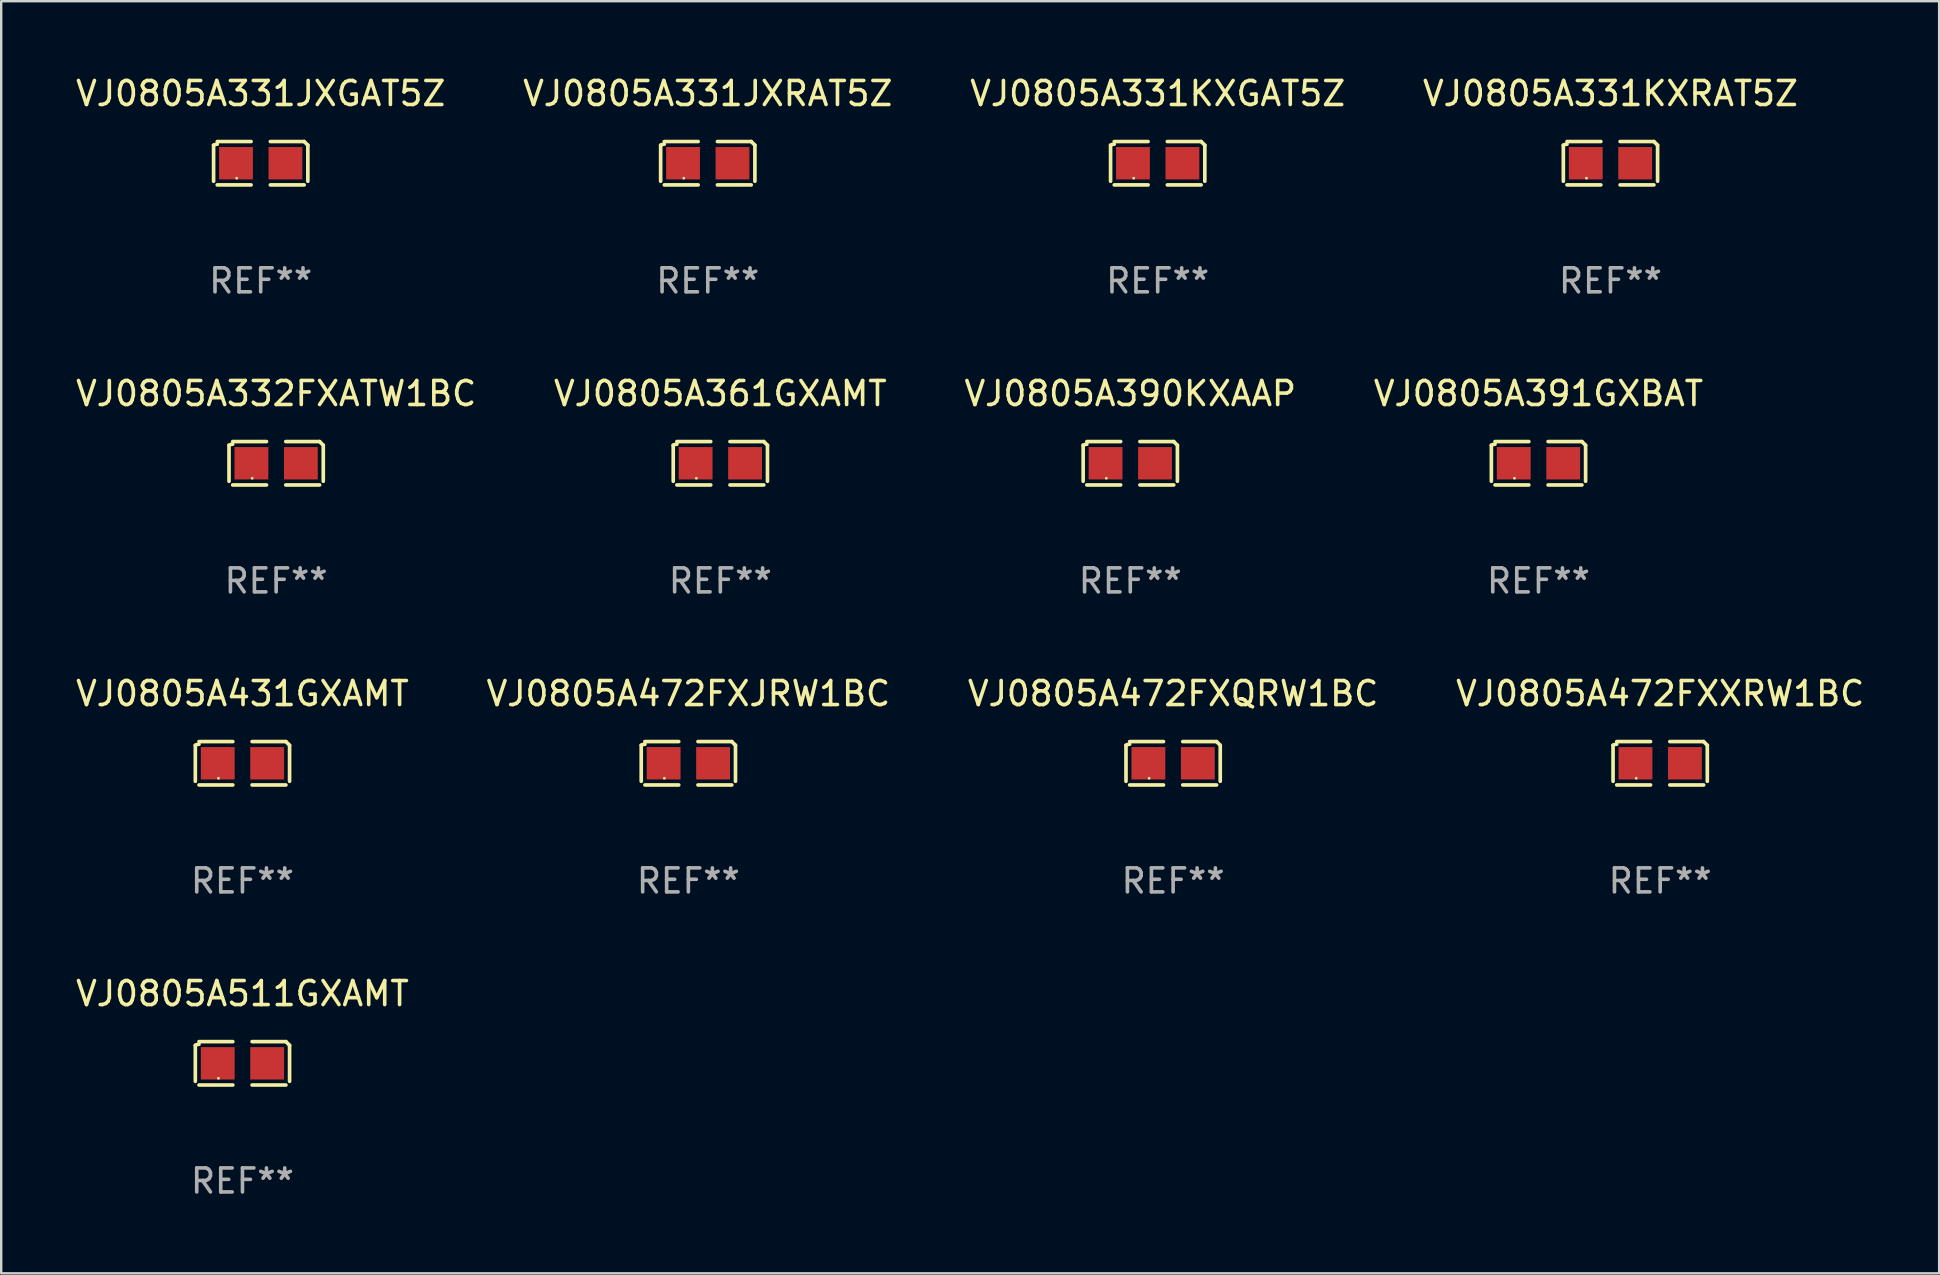
<source format=kicad_pcb>
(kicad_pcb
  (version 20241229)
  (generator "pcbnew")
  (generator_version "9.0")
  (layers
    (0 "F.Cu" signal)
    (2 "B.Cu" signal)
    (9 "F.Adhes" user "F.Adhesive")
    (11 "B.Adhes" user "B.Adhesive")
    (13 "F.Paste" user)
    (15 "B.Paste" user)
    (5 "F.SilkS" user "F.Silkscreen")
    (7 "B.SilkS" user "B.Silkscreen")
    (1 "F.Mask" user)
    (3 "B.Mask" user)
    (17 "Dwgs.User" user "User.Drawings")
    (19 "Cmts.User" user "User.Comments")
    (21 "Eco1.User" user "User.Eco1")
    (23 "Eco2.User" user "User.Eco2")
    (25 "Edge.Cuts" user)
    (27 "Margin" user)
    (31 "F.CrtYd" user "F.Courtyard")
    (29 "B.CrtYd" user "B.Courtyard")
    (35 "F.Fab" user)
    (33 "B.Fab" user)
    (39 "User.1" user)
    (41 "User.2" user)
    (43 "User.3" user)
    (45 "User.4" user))
  (footprint "VJ0805A391GXBAT"
    (layer "F.Cu")
    (at 61.065 16.256)
    (property "Reference" "VJ0805A391GXBAT" (at 0 -2.904 0) (layer "F.SilkS") (effects (font (size 1 1) (thickness 0.15))))
    (attr through_hole)
    (fp_line (start -1.964 0.751) (end -1.964 -0.751) (stroke (width 0.152) (type solid)) (layer "F.SilkS"))
    (fp_line (start -1.811 -0.904) (end -0.401 -0.904) (stroke (width 0.152) (type solid)) (layer "F.SilkS"))
    (fp_line (start -0.401 0.904) (end -1.811 0.904) (stroke (width 0.152) (type solid)) (layer "F.SilkS"))
    (fp_line (start 0.401 0.904) (end 1.811 0.904) (stroke (width 0.152) (type solid)) (layer "F.SilkS"))
    (fp_line (start 1.811 -0.904) (end 0.401 -0.904) (stroke (width 0.152) (type solid)) (layer "F.SilkS"))
    (fp_line (start 1.964 0.751) (end 1.964 -0.751) (stroke (width 0.152) (type solid)) (layer "F.SilkS"))
    (fp_arc (start -1.963602 -0.751207) (mid -1.890354 -0.783131) (end -1.811201 -0.794044) (stroke (width 0.1524) (type solid)) (layer "F.SilkS"))
    (fp_arc (start 1.811202 -0.903607) (mid 1.887413 -0.827418) (end 1.963602 -0.751207) (stroke (width 0.1524) (type solid)) (layer "F.SilkS"))
    (fp_circle (center -1 0.625) (end -0.97 0.625) (stroke (width 0.06) (type solid)) (fill no) (layer "F.SilkS"))
    (fp_text user "REF**" (at 0 4.904 0) (layer "F.Fab") (effects (font (size 1 1) (thickness 0.15))))
    (pad "1" smd rect (at -1.03 0) (size 1.41 1.35) (layers "F.Cu" "F.Mask" "F.Paste"))
    (pad "2" smd rect (at 1.03 0) (size 1.41 1.35) (layers "F.Cu" "F.Mask" "F.Paste")))
  (footprint "VJ0805A331JXRAT5Z"
    (layer "F.Cu")
    (at 26.446 3.752)
    (property "Reference" "VJ0805A331JXRAT5Z" (at 0 -2.904 0) (layer "F.SilkS") (effects (font (size 1 1) (thickness 0.15))))
    (attr through_hole)
    (fp_line (start -1.964 0.751) (end -1.964 -0.751) (stroke (width 0.152) (type solid)) (layer "F.SilkS"))
    (fp_line (start -1.811 -0.904) (end -0.401 -0.904) (stroke (width 0.152) (type solid)) (layer "F.SilkS"))
    (fp_line (start -0.401 0.904) (end -1.811 0.904) (stroke (width 0.152) (type solid)) (layer "F.SilkS"))
    (fp_line (start 0.401 0.904) (end 1.811 0.904) (stroke (width 0.152) (type solid)) (layer "F.SilkS"))
    (fp_line (start 1.811 -0.904) (end 0.401 -0.904) (stroke (width 0.152) (type solid)) (layer "F.SilkS"))
    (fp_line (start 1.964 0.751) (end 1.964 -0.751) (stroke (width 0.152) (type solid)) (layer "F.SilkS"))
    (fp_arc (start -1.963602 -0.751207) (mid -1.890354 -0.783131) (end -1.811201 -0.794044) (stroke (width 0.1524) (type solid)) (layer "F.SilkS"))
    (fp_arc (start 1.811202 -0.903607) (mid 1.887413 -0.827418) (end 1.963602 -0.751207) (stroke (width 0.1524) (type solid)) (layer "F.SilkS"))
    (fp_circle (center -1 0.625) (end -0.97 0.625) (stroke (width 0.06) (type solid)) (fill no) (layer "F.SilkS"))
    (fp_text user "REF**" (at 0 4.904 0) (layer "F.Fab") (effects (font (size 1 1) (thickness 0.15))))
    (pad "1" smd rect (at -1.03 0) (size 1.41 1.35) (layers "F.Cu" "F.Mask" "F.Paste"))
    (pad "2" smd rect (at 1.03 0) (size 1.41 1.35) (layers "F.Cu" "F.Mask" "F.Paste")))
  (footprint "VJ0805A511GXAMT"
    (layer "F.Cu")
    (at 7.054 41.263)
    (property "Reference" "VJ0805A511GXAMT" (at 0 -2.904 0) (layer "F.SilkS") (effects (font (size 1 1) (thickness 0.15))))
    (attr through_hole)
    (fp_line (start -1.964 0.751) (end -1.964 -0.751) (stroke (width 0.152) (type solid)) (layer "F.SilkS"))
    (fp_line (start -1.811 -0.904) (end -0.401 -0.904) (stroke (width 0.152) (type solid)) (layer "F.SilkS"))
    (fp_line (start -0.401 0.904) (end -1.811 0.904) (stroke (width 0.152) (type solid)) (layer "F.SilkS"))
    (fp_line (start 0.401 0.904) (end 1.811 0.904) (stroke (width 0.152) (type solid)) (layer "F.SilkS"))
    (fp_line (start 1.811 -0.904) (end 0.401 -0.904) (stroke (width 0.152) (type solid)) (layer "F.SilkS"))
    (fp_line (start 1.964 0.751) (end 1.964 -0.751) (stroke (width 0.152) (type solid)) (layer "F.SilkS"))
    (fp_arc (start -1.963602 -0.751207) (mid -1.890354 -0.783131) (end -1.811201 -0.794044) (stroke (width 0.1524) (type solid)) (layer "F.SilkS"))
    (fp_arc (start 1.811202 -0.903607) (mid 1.887413 -0.827418) (end 1.963602 -0.751207) (stroke (width 0.1524) (type solid)) (layer "F.SilkS"))
    (fp_circle (center -1 0.625) (end -0.97 0.625) (stroke (width 0.06) (type solid)) (fill no) (layer "F.SilkS"))
    (fp_text user "REF**" (at 0 4.904 0) (layer "F.Fab") (effects (font (size 1 1) (thickness 0.15))))
    (pad "1" smd rect (at -1.03 0) (size 1.41 1.35) (layers "F.Cu" "F.Mask" "F.Paste"))
    (pad "2" smd rect (at 1.03 0) (size 1.41 1.35) (layers "F.Cu" "F.Mask" "F.Paste")))
  (footprint "VJ0805A331JXGAT5Z"
    (layer "F.Cu")
    (at 7.815 3.752)
    (property "Reference" "VJ0805A331JXGAT5Z" (at 0 -2.904 0) (layer "F.SilkS") (effects (font (size 1 1) (thickness 0.15))))
    (attr through_hole)
    (fp_line (start -1.964 0.751) (end -1.964 -0.751) (stroke (width 0.152) (type solid)) (layer "F.SilkS"))
    (fp_line (start -1.811 -0.904) (end -0.401 -0.904) (stroke (width 0.152) (type solid)) (layer "F.SilkS"))
    (fp_line (start -0.401 0.904) (end -1.811 0.904) (stroke (width 0.152) (type solid)) (layer "F.SilkS"))
    (fp_line (start 0.401 0.904) (end 1.811 0.904) (stroke (width 0.152) (type solid)) (layer "F.SilkS"))
    (fp_line (start 1.811 -0.904) (end 0.401 -0.904) (stroke (width 0.152) (type solid)) (layer "F.SilkS"))
    (fp_line (start 1.964 0.751) (end 1.964 -0.751) (stroke (width 0.152) (type solid)) (layer "F.SilkS"))
    (fp_arc (start -1.963602 -0.751207) (mid -1.890354 -0.783131) (end -1.811201 -0.794044) (stroke (width 0.1524) (type solid)) (layer "F.SilkS"))
    (fp_arc (start 1.811202 -0.903607) (mid 1.887413 -0.827418) (end 1.963602 -0.751207) (stroke (width 0.1524) (type solid)) (layer "F.SilkS"))
    (fp_circle (center -1 0.625) (end -0.97 0.625) (stroke (width 0.06) (type solid)) (fill no) (layer "F.SilkS"))
    (fp_text user "REF**" (at 0 4.904 0) (layer "F.Fab") (effects (font (size 1 1) (thickness 0.15))))
    (pad "1" smd rect (at -1.03 0) (size 1.41 1.35) (layers "F.Cu" "F.Mask" "F.Paste"))
    (pad "2" smd rect (at 1.03 0) (size 1.41 1.35) (layers "F.Cu" "F.Mask" "F.Paste")))
  (footprint "VJ0805A472FXJRW1BC"
    (layer "F.Cu")
    (at 25.637 28.759)
    (property "Reference" "VJ0805A472FXJRW1BC" (at 0 -2.904 0) (layer "F.SilkS") (effects (font (size 1 1) (thickness 0.15))))
    (attr through_hole)
    (fp_line (start -1.964 0.751) (end -1.964 -0.751) (stroke (width 0.152) (type solid)) (layer "F.SilkS"))
    (fp_line (start -1.811 -0.904) (end -0.401 -0.904) (stroke (width 0.152) (type solid)) (layer "F.SilkS"))
    (fp_line (start -0.401 0.904) (end -1.811 0.904) (stroke (width 0.152) (type solid)) (layer "F.SilkS"))
    (fp_line (start 0.401 0.904) (end 1.811 0.904) (stroke (width 0.152) (type solid)) (layer "F.SilkS"))
    (fp_line (start 1.811 -0.904) (end 0.401 -0.904) (stroke (width 0.152) (type solid)) (layer "F.SilkS"))
    (fp_line (start 1.964 0.751) (end 1.964 -0.751) (stroke (width 0.152) (type solid)) (layer "F.SilkS"))
    (fp_arc (start -1.963602 -0.751207) (mid -1.890354 -0.783131) (end -1.811201 -0.794044) (stroke (width 0.1524) (type solid)) (layer "F.SilkS"))
    (fp_arc (start 1.811202 -0.903607) (mid 1.887413 -0.827418) (end 1.963602 -0.751207) (stroke (width 0.1524) (type solid)) (layer "F.SilkS"))
    (fp_circle (center -1 0.625) (end -0.97 0.625) (stroke (width 0.06) (type solid)) (fill no) (layer "F.SilkS"))
    (fp_text user "REF**" (at 0 4.904 0) (layer "F.Fab") (effects (font (size 1 1) (thickness 0.15))))
    (pad "1" smd rect (at -1.03 0) (size 1.41 1.35) (layers "F.Cu" "F.Mask" "F.Paste"))
    (pad "2" smd rect (at 1.03 0) (size 1.41 1.35) (layers "F.Cu" "F.Mask" "F.Paste")))
  (footprint "VJ0805A331KXRAT5Z"
    (layer "F.Cu")
    (at 64.065 3.752)
    (property "Reference" "VJ0805A331KXRAT5Z" (at 0 -2.904 0) (layer "F.SilkS") (effects (font (size 1 1) (thickness 0.15))))
    (attr through_hole)
    (fp_line (start -1.964 0.751) (end -1.964 -0.751) (stroke (width 0.152) (type solid)) (layer "F.SilkS"))
    (fp_line (start -1.811 -0.904) (end -0.401 -0.904) (stroke (width 0.152) (type solid)) (layer "F.SilkS"))
    (fp_line (start -0.401 0.904) (end -1.811 0.904) (stroke (width 0.152) (type solid)) (layer "F.SilkS"))
    (fp_line (start 0.401 0.904) (end 1.811 0.904) (stroke (width 0.152) (type solid)) (layer "F.SilkS"))
    (fp_line (start 1.811 -0.904) (end 0.401 -0.904) (stroke (width 0.152) (type solid)) (layer "F.SilkS"))
    (fp_line (start 1.964 0.751) (end 1.964 -0.751) (stroke (width 0.152) (type solid)) (layer "F.SilkS"))
    (fp_arc (start -1.963602 -0.751207) (mid -1.890354 -0.783131) (end -1.811201 -0.794044) (stroke (width 0.1524) (type solid)) (layer "F.SilkS"))
    (fp_arc (start 1.811202 -0.903607) (mid 1.887413 -0.827418) (end 1.963602 -0.751207) (stroke (width 0.1524) (type solid)) (layer "F.SilkS"))
    (fp_circle (center -1 0.625) (end -0.97 0.625) (stroke (width 0.06) (type solid)) (fill no) (layer "F.SilkS"))
    (fp_text user "REF**" (at 0 4.904 0) (layer "F.Fab") (effects (font (size 1 1) (thickness 0.15))))
    (pad "1" smd rect (at -1.03 0) (size 1.41 1.35) (layers "F.Cu" "F.Mask" "F.Paste"))
    (pad "2" smd rect (at 1.03 0) (size 1.41 1.35) (layers "F.Cu" "F.Mask" "F.Paste")))
  (footprint "VJ0805A332FXATW1BC"
    (layer "F.Cu")
    (at 8.458 16.256)
    (property "Reference" "VJ0805A332FXATW1BC" (at 0 -2.904 0) (layer "F.SilkS") (effects (font (size 1 1) (thickness 0.15))))
    (attr through_hole)
    (fp_line (start -1.964 0.751) (end -1.964 -0.751) (stroke (width 0.152) (type solid)) (layer "F.SilkS"))
    (fp_line (start -1.811 -0.904) (end -0.401 -0.904) (stroke (width 0.152) (type solid)) (layer "F.SilkS"))
    (fp_line (start -0.401 0.904) (end -1.811 0.904) (stroke (width 0.152) (type solid)) (layer "F.SilkS"))
    (fp_line (start 0.401 0.904) (end 1.811 0.904) (stroke (width 0.152) (type solid)) (layer "F.SilkS"))
    (fp_line (start 1.811 -0.904) (end 0.401 -0.904) (stroke (width 0.152) (type solid)) (layer "F.SilkS"))
    (fp_line (start 1.964 0.751) (end 1.964 -0.751) (stroke (width 0.152) (type solid)) (layer "F.SilkS"))
    (fp_arc (start -1.963602 -0.751207) (mid -1.890354 -0.783131) (end -1.811201 -0.794044) (stroke (width 0.1524) (type solid)) (layer "F.SilkS"))
    (fp_arc (start 1.811202 -0.903607) (mid 1.887413 -0.827418) (end 1.963602 -0.751207) (stroke (width 0.1524) (type solid)) (layer "F.SilkS"))
    (fp_circle (center -1 0.625) (end -0.97 0.625) (stroke (width 0.06) (type solid)) (fill no) (layer "F.SilkS"))
    (fp_text user "REF**" (at 0 4.904 0) (layer "F.Fab") (effects (font (size 1 1) (thickness 0.15))))
    (pad "1" smd rect (at -1.03 0) (size 1.41 1.35) (layers "F.Cu" "F.Mask" "F.Paste"))
    (pad "2" smd rect (at 1.03 0) (size 1.41 1.35) (layers "F.Cu" "F.Mask" "F.Paste")))
  (footprint "VJ0805A331KXGAT5Z"
    (layer "F.Cu")
    (at 45.196 3.752)
    (property "Reference" "VJ0805A331KXGAT5Z" (at 0 -2.904 0) (layer "F.SilkS") (effects (font (size 1 1) (thickness 0.15))))
    (attr through_hole)
    (fp_line (start -1.964 0.751) (end -1.964 -0.751) (stroke (width 0.152) (type solid)) (layer "F.SilkS"))
    (fp_line (start -1.811 -0.904) (end -0.401 -0.904) (stroke (width 0.152) (type solid)) (layer "F.SilkS"))
    (fp_line (start -0.401 0.904) (end -1.811 0.904) (stroke (width 0.152) (type solid)) (layer "F.SilkS"))
    (fp_line (start 0.401 0.904) (end 1.811 0.904) (stroke (width 0.152) (type solid)) (layer "F.SilkS"))
    (fp_line (start 1.811 -0.904) (end 0.401 -0.904) (stroke (width 0.152) (type solid)) (layer "F.SilkS"))
    (fp_line (start 1.964 0.751) (end 1.964 -0.751) (stroke (width 0.152) (type solid)) (layer "F.SilkS"))
    (fp_arc (start -1.963602 -0.751207) (mid -1.890354 -0.783131) (end -1.811201 -0.794044) (stroke (width 0.1524) (type solid)) (layer "F.SilkS"))
    (fp_arc (start 1.811202 -0.903607) (mid 1.887413 -0.827418) (end 1.963602 -0.751207) (stroke (width 0.1524) (type solid)) (layer "F.SilkS"))
    (fp_circle (center -1 0.625) (end -0.97 0.625) (stroke (width 0.06) (type solid)) (fill no) (layer "F.SilkS"))
    (fp_text user "REF**" (at 0 4.904 0) (layer "F.Fab") (effects (font (size 1 1) (thickness 0.15))))
    (pad "1" smd rect (at -1.03 0) (size 1.41 1.35) (layers "F.Cu" "F.Mask" "F.Paste"))
    (pad "2" smd rect (at 1.03 0) (size 1.41 1.35) (layers "F.Cu" "F.Mask" "F.Paste")))
  (footprint "VJ0805A472FXXRW1BC"
    (layer "F.Cu")
    (at 66.137 28.759)
    (property "Reference" "VJ0805A472FXXRW1BC" (at 0 -2.904 0) (layer "F.SilkS") (effects (font (size 1 1) (thickness 0.15))))
    (attr through_hole)
    (fp_line (start -1.964 0.751) (end -1.964 -0.751) (stroke (width 0.152) (type solid)) (layer "F.SilkS"))
    (fp_line (start -1.811 -0.904) (end -0.401 -0.904) (stroke (width 0.152) (type solid)) (layer "F.SilkS"))
    (fp_line (start -0.401 0.904) (end -1.811 0.904) (stroke (width 0.152) (type solid)) (layer "F.SilkS"))
    (fp_line (start 0.401 0.904) (end 1.811 0.904) (stroke (width 0.152) (type solid)) (layer "F.SilkS"))
    (fp_line (start 1.811 -0.904) (end 0.401 -0.904) (stroke (width 0.152) (type solid)) (layer "F.SilkS"))
    (fp_line (start 1.964 0.751) (end 1.964 -0.751) (stroke (width 0.152) (type solid)) (layer "F.SilkS"))
    (fp_arc (start -1.963602 -0.751207) (mid -1.890354 -0.783131) (end -1.811201 -0.794044) (stroke (width 0.1524) (type solid)) (layer "F.SilkS"))
    (fp_arc (start 1.811202 -0.903607) (mid 1.887413 -0.827418) (end 1.963602 -0.751207) (stroke (width 0.1524) (type solid)) (layer "F.SilkS"))
    (fp_circle (center -1 0.625) (end -0.97 0.625) (stroke (width 0.06) (type solid)) (fill no) (layer "F.SilkS"))
    (fp_text user "REF**" (at 0 4.904 0) (layer "F.Fab") (effects (font (size 1 1) (thickness 0.15))))
    (pad "1" smd rect (at -1.03 0) (size 1.41 1.35) (layers "F.Cu" "F.Mask" "F.Paste"))
    (pad "2" smd rect (at 1.03 0) (size 1.41 1.35) (layers "F.Cu" "F.Mask" "F.Paste")))
  (footprint "VJ0805A390KXAAP"
    (layer "F.Cu")
    (at 44.054 16.256)
    (property "Reference" "VJ0805A390KXAAP" (at 0 -2.904 0) (layer "F.SilkS") (effects (font (size 1 1) (thickness 0.15))))
    (attr through_hole)
    (fp_line (start -1.964 0.751) (end -1.964 -0.751) (stroke (width 0.152) (type solid)) (layer "F.SilkS"))
    (fp_line (start -1.811 -0.904) (end -0.401 -0.904) (stroke (width 0.152) (type solid)) (layer "F.SilkS"))
    (fp_line (start -0.401 0.904) (end -1.811 0.904) (stroke (width 0.152) (type solid)) (layer "F.SilkS"))
    (fp_line (start 0.401 0.904) (end 1.811 0.904) (stroke (width 0.152) (type solid)) (layer "F.SilkS"))
    (fp_line (start 1.811 -0.904) (end 0.401 -0.904) (stroke (width 0.152) (type solid)) (layer "F.SilkS"))
    (fp_line (start 1.964 0.751) (end 1.964 -0.751) (stroke (width 0.152) (type solid)) (layer "F.SilkS"))
    (fp_arc (start -1.963602 -0.751207) (mid -1.890354 -0.783131) (end -1.811201 -0.794044) (stroke (width 0.1524) (type solid)) (layer "F.SilkS"))
    (fp_arc (start 1.811202 -0.903607) (mid 1.887413 -0.827418) (end 1.963602 -0.751207) (stroke (width 0.1524) (type solid)) (layer "F.SilkS"))
    (fp_circle (center -1 0.625) (end -0.97 0.625) (stroke (width 0.06) (type solid)) (fill no) (layer "F.SilkS"))
    (fp_text user "REF**" (at 0 4.904 0) (layer "F.Fab") (effects (font (size 1 1) (thickness 0.15))))
    (pad "1" smd rect (at -1.03 0) (size 1.41 1.35) (layers "F.Cu" "F.Mask" "F.Paste"))
    (pad "2" smd rect (at 1.03 0) (size 1.41 1.35) (layers "F.Cu" "F.Mask" "F.Paste")))
  (footprint "VJ0805A472FXQRW1BC"
    (layer "F.Cu")
    (at 45.839 28.759)
    (property "Reference" "VJ0805A472FXQRW1BC" (at 0 -2.904 0) (layer "F.SilkS") (effects (font (size 1 1) (thickness 0.15))))
    (attr through_hole)
    (fp_line (start -1.964 0.751) (end -1.964 -0.751) (stroke (width 0.152) (type solid)) (layer "F.SilkS"))
    (fp_line (start -1.811 -0.904) (end -0.401 -0.904) (stroke (width 0.152) (type solid)) (layer "F.SilkS"))
    (fp_line (start -0.401 0.904) (end -1.811 0.904) (stroke (width 0.152) (type solid)) (layer "F.SilkS"))
    (fp_line (start 0.401 0.904) (end 1.811 0.904) (stroke (width 0.152) (type solid)) (layer "F.SilkS"))
    (fp_line (start 1.811 -0.904) (end 0.401 -0.904) (stroke (width 0.152) (type solid)) (layer "F.SilkS"))
    (fp_line (start 1.964 0.751) (end 1.964 -0.751) (stroke (width 0.152) (type solid)) (layer "F.SilkS"))
    (fp_arc (start -1.963602 -0.751207) (mid -1.890354 -0.783131) (end -1.811201 -0.794044) (stroke (width 0.1524) (type solid)) (layer "F.SilkS"))
    (fp_arc (start 1.811202 -0.903607) (mid 1.887413 -0.827418) (end 1.963602 -0.751207) (stroke (width 0.1524) (type solid)) (layer "F.SilkS"))
    (fp_circle (center -1 0.625) (end -0.97 0.625) (stroke (width 0.06) (type solid)) (fill no) (layer "F.SilkS"))
    (fp_text user "REF**" (at 0 4.904 0) (layer "F.Fab") (effects (font (size 1 1) (thickness 0.15))))
    (pad "1" smd rect (at -1.03 0) (size 1.41 1.35) (layers "F.Cu" "F.Mask" "F.Paste"))
    (pad "2" smd rect (at 1.03 0) (size 1.41 1.35) (layers "F.Cu" "F.Mask" "F.Paste")))
  (footprint "VJ0805A431GXAMT"
    (layer "F.Cu")
    (at 7.054 28.759)
    (property "Reference" "VJ0805A431GXAMT" (at 0 -2.904 0) (layer "F.SilkS") (effects (font (size 1 1) (thickness 0.15))))
    (attr through_hole)
    (fp_line (start -1.964 0.751) (end -1.964 -0.751) (stroke (width 0.152) (type solid)) (layer "F.SilkS"))
    (fp_line (start -1.811 -0.904) (end -0.401 -0.904) (stroke (width 0.152) (type solid)) (layer "F.SilkS"))
    (fp_line (start -0.401 0.904) (end -1.811 0.904) (stroke (width 0.152) (type solid)) (layer "F.SilkS"))
    (fp_line (start 0.401 0.904) (end 1.811 0.904) (stroke (width 0.152) (type solid)) (layer "F.SilkS"))
    (fp_line (start 1.811 -0.904) (end 0.401 -0.904) (stroke (width 0.152) (type solid)) (layer "F.SilkS"))
    (fp_line (start 1.964 0.751) (end 1.964 -0.751) (stroke (width 0.152) (type solid)) (layer "F.SilkS"))
    (fp_arc (start -1.963602 -0.751207) (mid -1.890354 -0.783131) (end -1.811201 -0.794044) (stroke (width 0.1524) (type solid)) (layer "F.SilkS"))
    (fp_arc (start 1.811202 -0.903607) (mid 1.887413 -0.827418) (end 1.963602 -0.751207) (stroke (width 0.1524) (type solid)) (layer "F.SilkS"))
    (fp_circle (center -1 0.625) (end -0.97 0.625) (stroke (width 0.06) (type solid)) (fill no) (layer "F.SilkS"))
    (fp_text user "REF**" (at 0 4.904 0) (layer "F.Fab") (effects (font (size 1 1) (thickness 0.15))))
    (pad "1" smd rect (at -1.03 0) (size 1.41 1.35) (layers "F.Cu" "F.Mask" "F.Paste"))
    (pad "2" smd rect (at 1.03 0) (size 1.41 1.35) (layers "F.Cu" "F.Mask" "F.Paste")))
  (footprint "VJ0805A361GXAMT"
    (layer "F.Cu")
    (at 26.97 16.256)
    (property "Reference" "VJ0805A361GXAMT" (at 0 -2.904 0) (layer "F.SilkS") (effects (font (size 1 1) (thickness 0.15))))
    (attr through_hole)
    (fp_line (start -1.964 0.751) (end -1.964 -0.751) (stroke (width 0.152) (type solid)) (layer "F.SilkS"))
    (fp_line (start -1.811 -0.904) (end -0.401 -0.904) (stroke (width 0.152) (type solid)) (layer "F.SilkS"))
    (fp_line (start -0.401 0.904) (end -1.811 0.904) (stroke (width 0.152) (type solid)) (layer "F.SilkS"))
    (fp_line (start 0.401 0.904) (end 1.811 0.904) (stroke (width 0.152) (type solid)) (layer "F.SilkS"))
    (fp_line (start 1.811 -0.904) (end 0.401 -0.904) (stroke (width 0.152) (type solid)) (layer "F.SilkS"))
    (fp_line (start 1.964 0.751) (end 1.964 -0.751) (stroke (width 0.152) (type solid)) (layer "F.SilkS"))
    (fp_arc (start -1.963602 -0.751207) (mid -1.890354 -0.783131) (end -1.811201 -0.794044) (stroke (width 0.1524) (type solid)) (layer "F.SilkS"))
    (fp_arc (start 1.811202 -0.903607) (mid 1.887413 -0.827418) (end 1.963602 -0.751207) (stroke (width 0.1524) (type solid)) (layer "F.SilkS"))
    (fp_circle (center -1 0.625) (end -0.97 0.625) (stroke (width 0.06) (type solid)) (fill no) (layer "F.SilkS"))
    (fp_text user "REF**" (at 0 4.904 0) (layer "F.Fab") (effects (font (size 1 1) (thickness 0.15))))
    (pad "1" smd rect (at -1.03 0) (size 1.41 1.35) (layers "F.Cu" "F.Mask" "F.Paste"))
    (pad "2" smd rect (at 1.03 0) (size 1.41 1.35) (layers "F.Cu" "F.Mask" "F.Paste")))
  (gr_rect
    (start -3 -3)
    (end 77.762 50.015)
    (stroke (width 0.1) (type default))
    (fill no)
    (layer "Edge.Cuts")))
</source>
